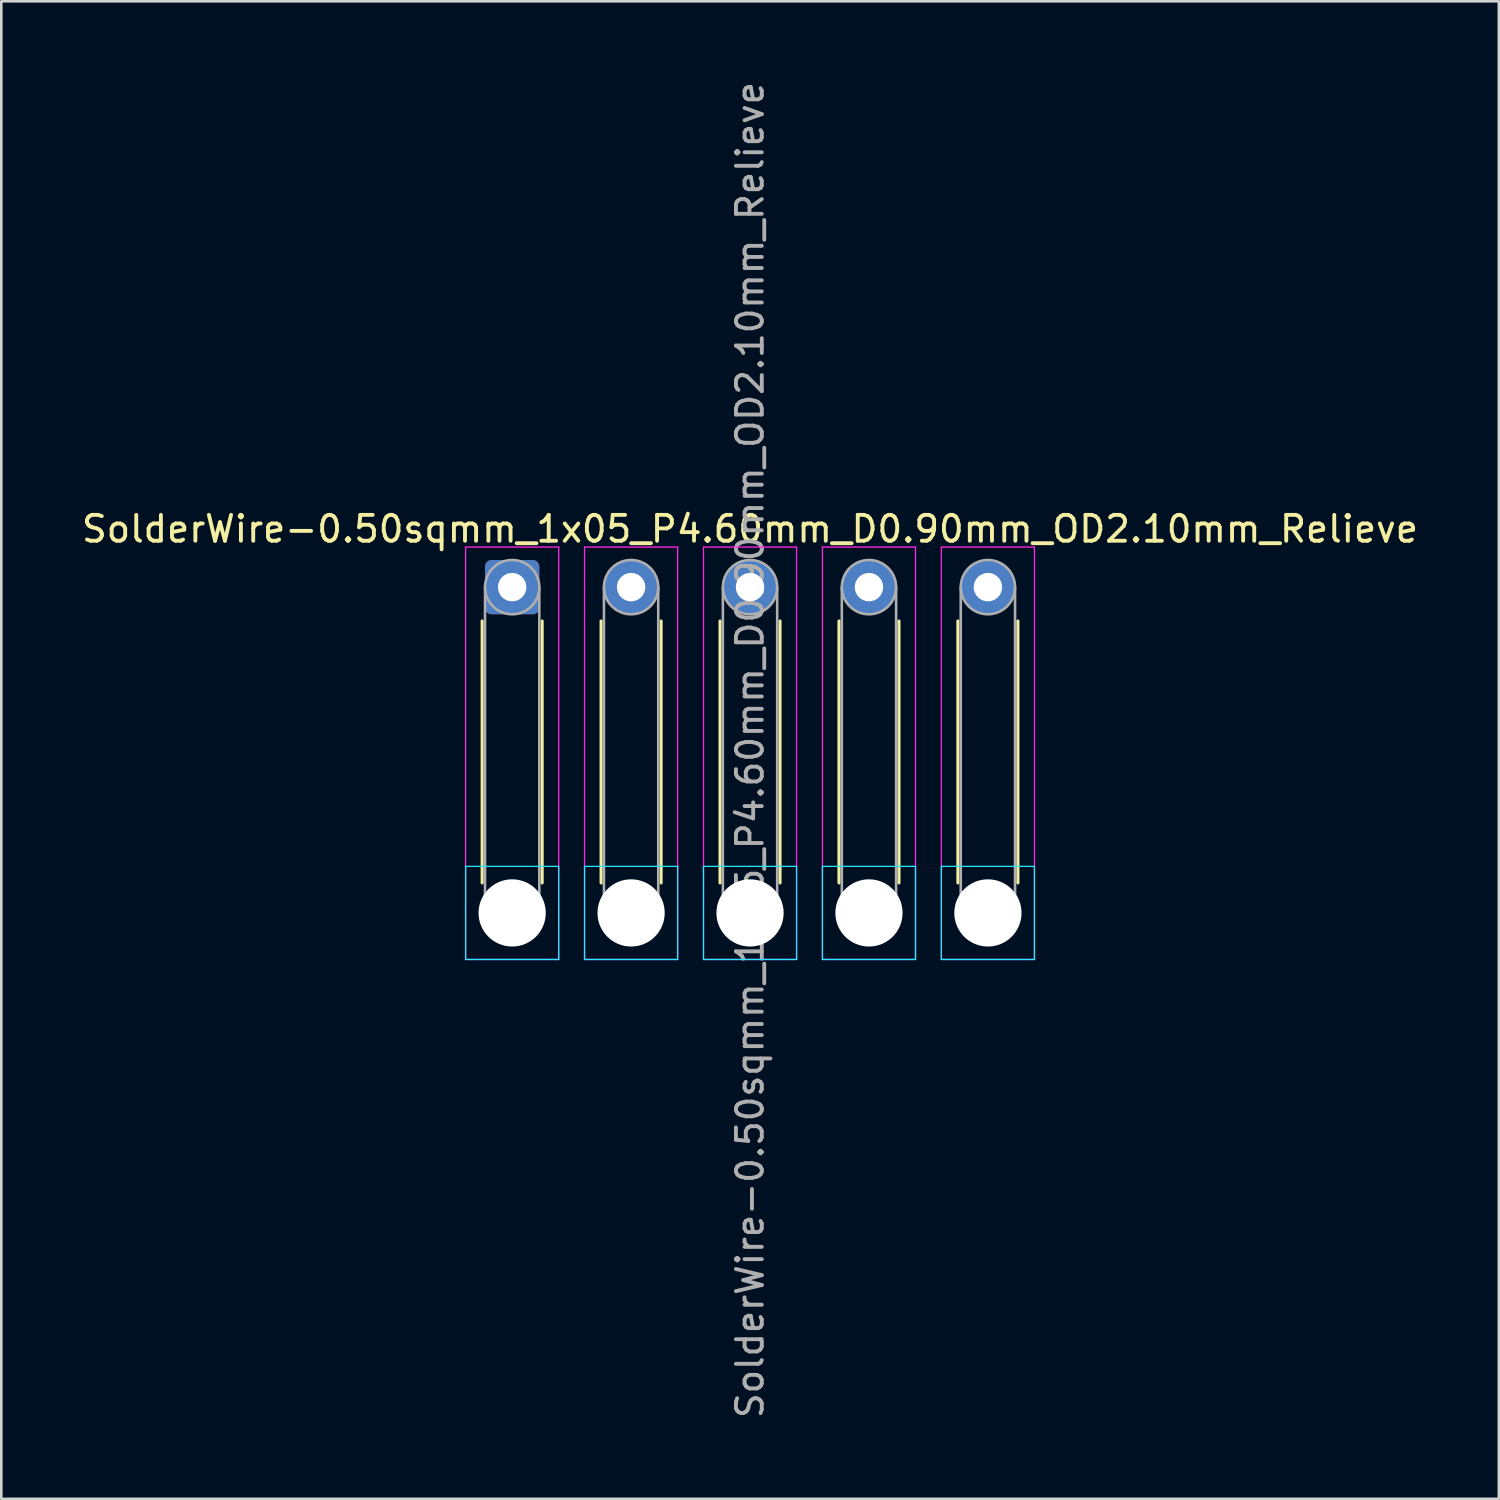
<source format=kicad_pcb>
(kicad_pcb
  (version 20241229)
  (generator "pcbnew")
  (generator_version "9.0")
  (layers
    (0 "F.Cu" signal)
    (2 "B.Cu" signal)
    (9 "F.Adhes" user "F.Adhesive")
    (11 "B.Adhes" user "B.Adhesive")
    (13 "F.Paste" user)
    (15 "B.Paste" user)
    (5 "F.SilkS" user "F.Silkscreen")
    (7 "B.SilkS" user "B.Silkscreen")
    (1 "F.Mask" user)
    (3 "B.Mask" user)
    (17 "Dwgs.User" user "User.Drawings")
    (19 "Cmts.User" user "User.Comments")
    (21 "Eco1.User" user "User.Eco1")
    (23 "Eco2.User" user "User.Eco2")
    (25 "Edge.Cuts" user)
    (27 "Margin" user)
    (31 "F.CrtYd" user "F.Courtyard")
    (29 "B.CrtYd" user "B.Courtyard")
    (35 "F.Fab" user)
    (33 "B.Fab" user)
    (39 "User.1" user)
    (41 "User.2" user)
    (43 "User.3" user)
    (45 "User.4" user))
  (footprint "SolderWire-0.50sqmm_1x05_P4.60mm_D0.90mm_OD2.10mm_Relieve"
    (layer "F.Cu")
    (at 16.758 19.658)
    (property "Reference" "SolderWire-0.50sqmm_1x05_P4.60mm_D0.90mm_OD2.10mm_Relieve" (at 9.2 -2.25 0) (layer "F.SilkS") (effects (font (size 1 1) (thickness 0.15))))
    (attr exclude_from_pos_files exclude_from_bom)
    (fp_line (start -1.16 1.31) (end -1.16 11.44) (stroke (width 0.12) (type solid)) (layer "F.SilkS"))
    (fp_line (start 1.16 1.31) (end 1.16 11.44) (stroke (width 0.12) (type solid)) (layer "F.SilkS"))
    (fp_line (start 3.44 1.31) (end 3.44 11.44) (stroke (width 0.12) (type solid)) (layer "F.SilkS"))
    (fp_line (start 5.76 1.31) (end 5.76 11.44) (stroke (width 0.12) (type solid)) (layer "F.SilkS"))
    (fp_line (start 8.04 1.31) (end 8.04 11.44) (stroke (width 0.12) (type solid)) (layer "F.SilkS"))
    (fp_line (start 10.36 1.31) (end 10.36 11.44) (stroke (width 0.12) (type solid)) (layer "F.SilkS"))
    (fp_line (start 12.64 1.31) (end 12.64 11.44) (stroke (width 0.12) (type solid)) (layer "F.SilkS"))
    (fp_line (start 14.96 1.31) (end 14.96 11.44) (stroke (width 0.12) (type solid)) (layer "F.SilkS"))
    (fp_line (start 17.24 1.31) (end 17.24 11.44) (stroke (width 0.12) (type solid)) (layer "F.SilkS"))
    (fp_line (start 19.56 1.31) (end 19.56 11.44) (stroke (width 0.12) (type solid)) (layer "F.SilkS"))
    (fp_line (start -1.8 10.8) (end -1.8 14.4) (stroke (width 0.05) (type solid)) (layer "B.CrtYd"))
    (fp_line (start -1.8 14.4) (end 1.8 14.4) (stroke (width 0.05) (type solid)) (layer "B.CrtYd"))
    (fp_line (start 1.8 10.8) (end -1.8 10.8) (stroke (width 0.05) (type solid)) (layer "B.CrtYd"))
    (fp_line (start 1.8 14.4) (end 1.8 10.8) (stroke (width 0.05) (type solid)) (layer "B.CrtYd"))
    (fp_line (start 2.8 10.8) (end 2.8 14.4) (stroke (width 0.05) (type solid)) (layer "B.CrtYd"))
    (fp_line (start 2.8 14.4) (end 6.4 14.4) (stroke (width 0.05) (type solid)) (layer "B.CrtYd"))
    (fp_line (start 6.4 10.8) (end 2.8 10.8) (stroke (width 0.05) (type solid)) (layer "B.CrtYd"))
    (fp_line (start 6.4 14.4) (end 6.4 10.8) (stroke (width 0.05) (type solid)) (layer "B.CrtYd"))
    (fp_line (start 7.4 10.8) (end 7.4 14.4) (stroke (width 0.05) (type solid)) (layer "B.CrtYd"))
    (fp_line (start 7.4 14.4) (end 11 14.4) (stroke (width 0.05) (type solid)) (layer "B.CrtYd"))
    (fp_line (start 11 10.8) (end 7.4 10.8) (stroke (width 0.05) (type solid)) (layer "B.CrtYd"))
    (fp_line (start 11 14.4) (end 11 10.8) (stroke (width 0.05) (type solid)) (layer "B.CrtYd"))
    (fp_line (start 12 10.8) (end 12 14.4) (stroke (width 0.05) (type solid)) (layer "B.CrtYd"))
    (fp_line (start 12 14.4) (end 15.6 14.4) (stroke (width 0.05) (type solid)) (layer "B.CrtYd"))
    (fp_line (start 15.6 10.8) (end 12 10.8) (stroke (width 0.05) (type solid)) (layer "B.CrtYd"))
    (fp_line (start 15.6 14.4) (end 15.6 10.8) (stroke (width 0.05) (type solid)) (layer "B.CrtYd"))
    (fp_line (start 16.6 10.8) (end 16.6 14.4) (stroke (width 0.05) (type solid)) (layer "B.CrtYd"))
    (fp_line (start 16.6 14.4) (end 20.2 14.4) (stroke (width 0.05) (type solid)) (layer "B.CrtYd"))
    (fp_line (start 20.2 10.8) (end 16.6 10.8) (stroke (width 0.05) (type solid)) (layer "B.CrtYd"))
    (fp_line (start 20.2 14.4) (end 20.2 10.8) (stroke (width 0.05) (type solid)) (layer "B.CrtYd"))
    (fp_line (start -1.8 -1.55) (end -1.8 14.4) (stroke (width 0.05) (type solid)) (layer "F.CrtYd"))
    (fp_line (start -1.8 14.4) (end 1.8 14.4) (stroke (width 0.05) (type solid)) (layer "F.CrtYd"))
    (fp_line (start 1.8 -1.55) (end -1.8 -1.55) (stroke (width 0.05) (type solid)) (layer "F.CrtYd"))
    (fp_line (start 1.8 14.4) (end 1.8 -1.55) (stroke (width 0.05) (type solid)) (layer "F.CrtYd"))
    (fp_line (start 2.8 -1.55) (end 2.8 14.4) (stroke (width 0.05) (type solid)) (layer "F.CrtYd"))
    (fp_line (start 2.8 14.4) (end 6.4 14.4) (stroke (width 0.05) (type solid)) (layer "F.CrtYd"))
    (fp_line (start 6.4 -1.55) (end 2.8 -1.55) (stroke (width 0.05) (type solid)) (layer "F.CrtYd"))
    (fp_line (start 6.4 14.4) (end 6.4 -1.55) (stroke (width 0.05) (type solid)) (layer "F.CrtYd"))
    (fp_line (start 7.4 -1.55) (end 7.4 14.4) (stroke (width 0.05) (type solid)) (layer "F.CrtYd"))
    (fp_line (start 7.4 14.4) (end 11 14.4) (stroke (width 0.05) (type solid)) (layer "F.CrtYd"))
    (fp_line (start 11 -1.55) (end 7.4 -1.55) (stroke (width 0.05) (type solid)) (layer "F.CrtYd"))
    (fp_line (start 11 14.4) (end 11 -1.55) (stroke (width 0.05) (type solid)) (layer "F.CrtYd"))
    (fp_line (start 12 -1.55) (end 12 14.4) (stroke (width 0.05) (type solid)) (layer "F.CrtYd"))
    (fp_line (start 12 14.4) (end 15.6 14.4) (stroke (width 0.05) (type solid)) (layer "F.CrtYd"))
    (fp_line (start 15.6 -1.55) (end 12 -1.55) (stroke (width 0.05) (type solid)) (layer "F.CrtYd"))
    (fp_line (start 15.6 14.4) (end 15.6 -1.55) (stroke (width 0.05) (type solid)) (layer "F.CrtYd"))
    (fp_line (start 16.6 -1.55) (end 16.6 14.4) (stroke (width 0.05) (type solid)) (layer "F.CrtYd"))
    (fp_line (start 16.6 14.4) (end 20.2 14.4) (stroke (width 0.05) (type solid)) (layer "F.CrtYd"))
    (fp_line (start 20.2 -1.55) (end 16.6 -1.55) (stroke (width 0.05) (type solid)) (layer "F.CrtYd"))
    (fp_line (start 20.2 14.4) (end 20.2 -1.55) (stroke (width 0.05) (type solid)) (layer "F.CrtYd"))
    (fp_line (start -1.05 0) (end -1.05 12.6) (stroke (width 0.1) (type solid)) (layer "F.Fab"))
    (fp_line (start 1.05 0) (end 1.05 12.6) (stroke (width 0.1) (type solid)) (layer "F.Fab"))
    (fp_line (start 3.55 0) (end 3.55 12.6) (stroke (width 0.1) (type solid)) (layer "F.Fab"))
    (fp_line (start 5.65 0) (end 5.65 12.6) (stroke (width 0.1) (type solid)) (layer "F.Fab"))
    (fp_line (start 8.15 0) (end 8.15 12.6) (stroke (width 0.1) (type solid)) (layer "F.Fab"))
    (fp_line (start 10.25 0) (end 10.25 12.6) (stroke (width 0.1) (type solid)) (layer "F.Fab"))
    (fp_line (start 12.75 0) (end 12.75 12.6) (stroke (width 0.1) (type solid)) (layer "F.Fab"))
    (fp_line (start 14.85 0) (end 14.85 12.6) (stroke (width 0.1) (type solid)) (layer "F.Fab"))
    (fp_line (start 17.35 0) (end 17.35 12.6) (stroke (width 0.1) (type solid)) (layer "F.Fab"))
    (fp_line (start 19.45 0) (end 19.45 12.6) (stroke (width 0.1) (type solid)) (layer "F.Fab"))
    (fp_circle (center 0 0) (end 1.05 0) (stroke (width 0.1) (type solid)) (fill no) (layer "F.Fab"))
    (fp_circle (center 0 12.6) (end 1.05 12.6) (stroke (width 0.1) (type solid)) (fill no) (layer "F.Fab"))
    (fp_circle (center 4.6 0) (end 5.65 0) (stroke (width 0.1) (type solid)) (fill no) (layer "F.Fab"))
    (fp_circle (center 4.6 12.6) (end 5.65 12.6) (stroke (width 0.1) (type solid)) (fill no) (layer "F.Fab"))
    (fp_circle (center 9.2 0) (end 10.25 0) (stroke (width 0.1) (type solid)) (fill no) (layer "F.Fab"))
    (fp_circle (center 9.2 12.6) (end 10.25 12.6) (stroke (width 0.1) (type solid)) (fill no) (layer "F.Fab"))
    (fp_circle (center 13.8 0) (end 14.85 0) (stroke (width 0.1) (type solid)) (fill no) (layer "F.Fab"))
    (fp_circle (center 13.8 12.6) (end 14.85 12.6) (stroke (width 0.1) (type solid)) (fill no) (layer "F.Fab"))
    (fp_circle (center 18.4 0) (end 19.45 0) (stroke (width 0.1) (type solid)) (fill no) (layer "F.Fab"))
    (fp_circle (center 18.4 12.6) (end 19.45 12.6) (stroke (width 0.1) (type solid)) (fill no) (layer "F.Fab"))
    (fp_text user "${REFERENCE}" (at 9.2 6.3 90) (layer "F.Fab") (effects (font (size 1 1) (thickness 0.15))))
    (pad "" np_thru_hole circle (at 0 12.6) (size 2.6 2.6) (drill 2.6) (layers "*.Cu" "*.Mask"))
    (pad "" np_thru_hole circle (at 4.6 12.6) (size 2.6 2.6) (drill 2.6) (layers "*.Cu" "*.Mask"))
    (pad "" np_thru_hole circle (at 9.2 12.6) (size 2.6 2.6) (drill 2.6) (layers "*.Cu" "*.Mask"))
    (pad "" np_thru_hole circle (at 13.8 12.6) (size 2.6 2.6) (drill 2.6) (layers "*.Cu" "*.Mask"))
    (pad "" np_thru_hole circle (at 18.4 12.6) (size 2.6 2.6) (drill 2.6) (layers "*.Cu" "*.Mask"))
    (pad "1" thru_hole roundrect (at 0 0) (size 2.1 2.1) (drill 1.1) (layers "*.Cu" "*.Mask") (roundrect_rratio 0.119))
    (pad "2" thru_hole circle (at 4.6 0) (size 2.1 2.1) (drill 1.1) (layers "*.Cu" "*.Mask"))
    (pad "3" thru_hole circle (at 9.2 0) (size 2.1 2.1) (drill 1.1) (layers "*.Cu" "*.Mask"))
    (pad "4" thru_hole circle (at 13.8 0) (size 2.1 2.1) (drill 1.1) (layers "*.Cu" "*.Mask"))
    (pad "5" thru_hole circle (at 18.4 0) (size 2.1 2.1) (drill 1.1) (layers "*.Cu" "*.Mask")))
  (gr_rect
    (start -3 -3)
    (end 54.917 54.917)
    (stroke (width 0.1) (type default))
    (fill no)
    (layer "Edge.Cuts")))
</source>
